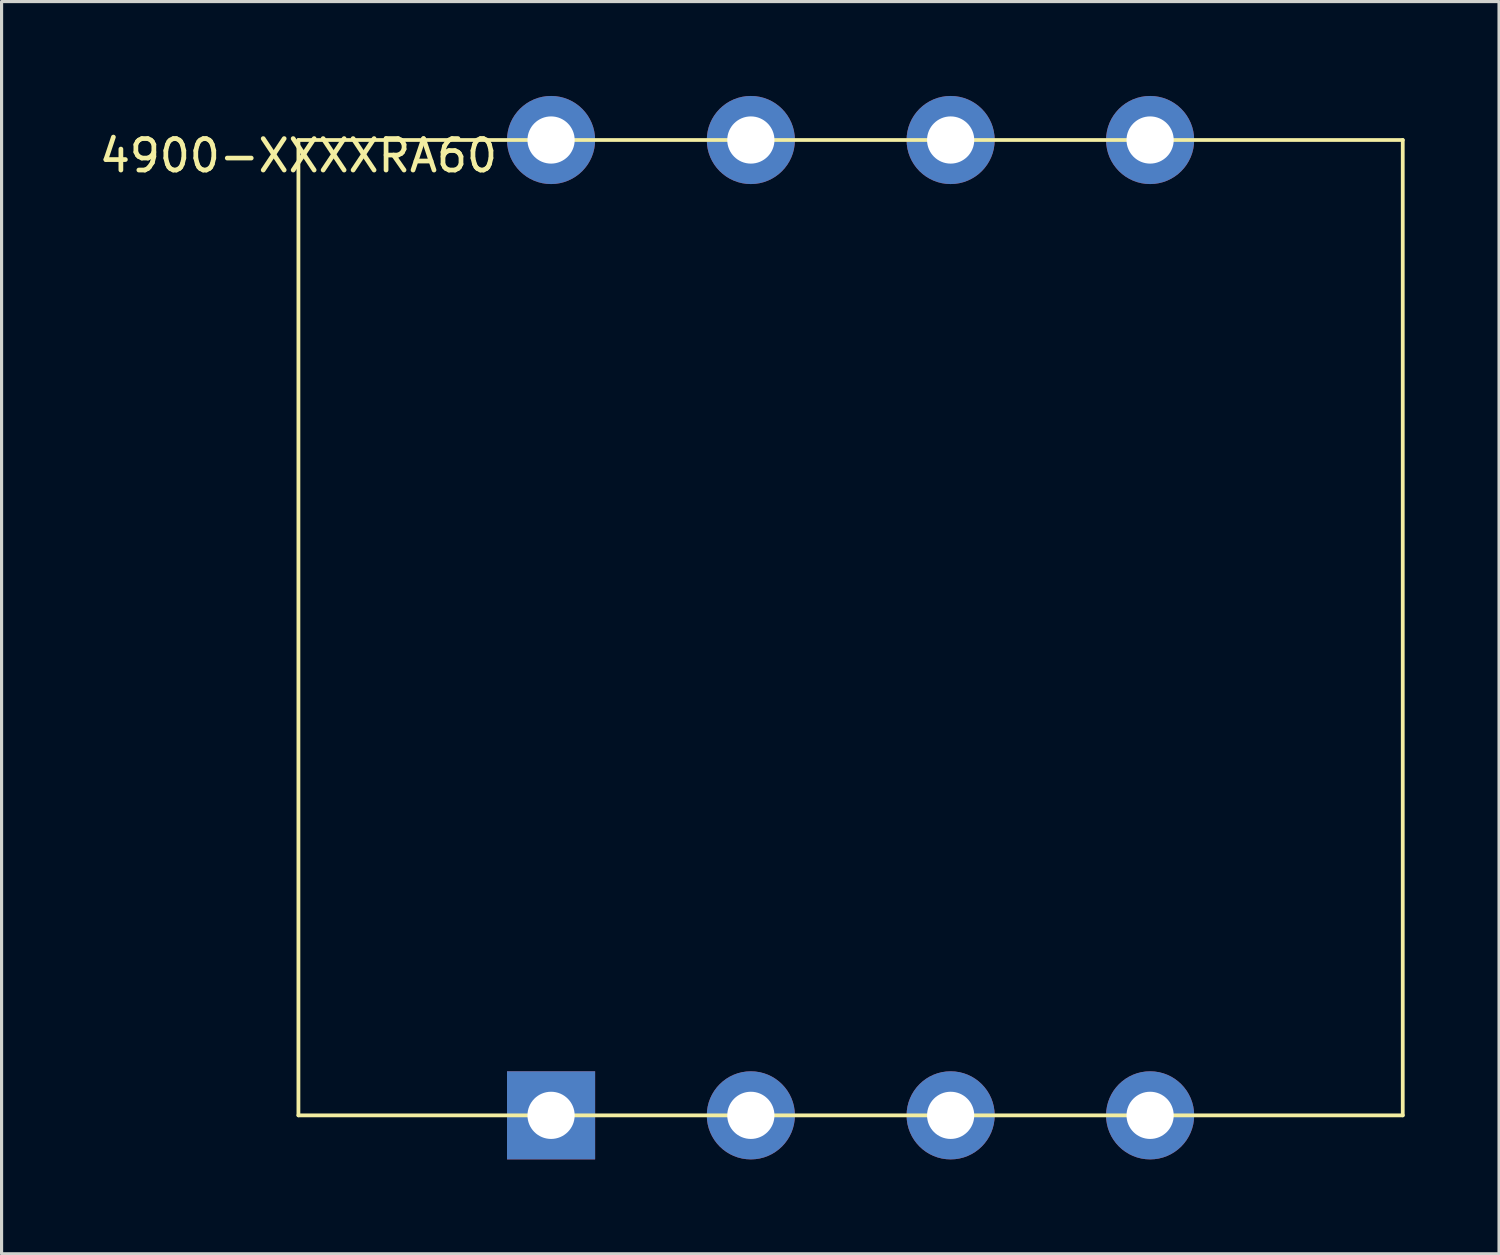
<source format=kicad_pcb>
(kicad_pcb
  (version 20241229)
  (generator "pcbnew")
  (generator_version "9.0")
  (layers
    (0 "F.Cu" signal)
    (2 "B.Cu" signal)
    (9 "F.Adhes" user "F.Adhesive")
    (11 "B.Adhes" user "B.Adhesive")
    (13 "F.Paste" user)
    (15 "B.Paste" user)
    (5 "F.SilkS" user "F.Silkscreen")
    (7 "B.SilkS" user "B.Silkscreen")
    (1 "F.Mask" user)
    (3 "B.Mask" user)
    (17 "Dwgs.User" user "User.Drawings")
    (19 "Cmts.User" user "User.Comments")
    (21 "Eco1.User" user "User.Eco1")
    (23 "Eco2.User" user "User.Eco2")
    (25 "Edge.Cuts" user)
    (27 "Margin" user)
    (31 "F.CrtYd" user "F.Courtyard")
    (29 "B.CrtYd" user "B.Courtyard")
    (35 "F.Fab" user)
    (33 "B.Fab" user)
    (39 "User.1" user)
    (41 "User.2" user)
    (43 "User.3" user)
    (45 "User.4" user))
  (footprint "4900-XXXXRA60"
    (layer "F.Cu")
    (at 6.435 1.4)
    (property "Reference" "4900-XXXXRA60" (at 0 0.5 180) (layer "F.SilkS") (effects (font (size 1 1) (thickness 0.15))))
    (attr through_hole)
    (fp_line (start 0 0) (end 35.1 0) (stroke (width 0.12) (type solid)) (layer "F.SilkS"))
    (fp_line (start 0 31) (end 0 0) (stroke (width 0.12) (type solid)) (layer "F.SilkS"))
    (fp_line (start 0 31) (end 35.1 31) (stroke (width 0.12) (type solid)) (layer "F.SilkS"))
    (fp_line (start 35.1 0) (end 35.1 31) (stroke (width 0.12) (type solid)) (layer "F.SilkS"))
    (pad "1" thru_hole rect (at 8.03 31) (size 2.8 2.8) (drill 1.5) (layers "*.Cu" "*.Mask"))
    (pad "2" thru_hole circle (at 14.38 31) (size 2.8 2.8) (drill 1.5) (layers "*.Cu" "*.Mask"))
    (pad "3" thru_hole circle (at 20.73 31) (size 2.8 2.8) (drill 1.5) (layers "*.Cu" "*.Mask"))
    (pad "4" thru_hole circle (at 27.07 31) (size 2.8 2.8) (drill 1.5) (layers "*.Cu" "*.Mask"))
    (pad "5" thru_hole circle (at 8.03 0) (size 2.8 2.8) (drill 1.5) (layers "*.Cu" "*.Mask"))
    (pad "6" thru_hole circle (at 14.38 0) (size 2.8 2.8) (drill 1.5) (layers "*.Cu" "*.Mask"))
    (pad "7" thru_hole circle (at 20.73 0) (size 2.8 2.8) (drill 1.5) (layers "*.Cu" "*.Mask"))
    (pad "8" thru_hole circle (at 27.07 0) (size 2.8 2.8) (drill 1.5) (layers "*.Cu" "*.Mask")))
  (gr_rect
    (start -3 -3)
    (end 44.595 36.8)
    (stroke (width 0.1) (type default))
    (fill no)
    (layer "Edge.Cuts")))
</source>
